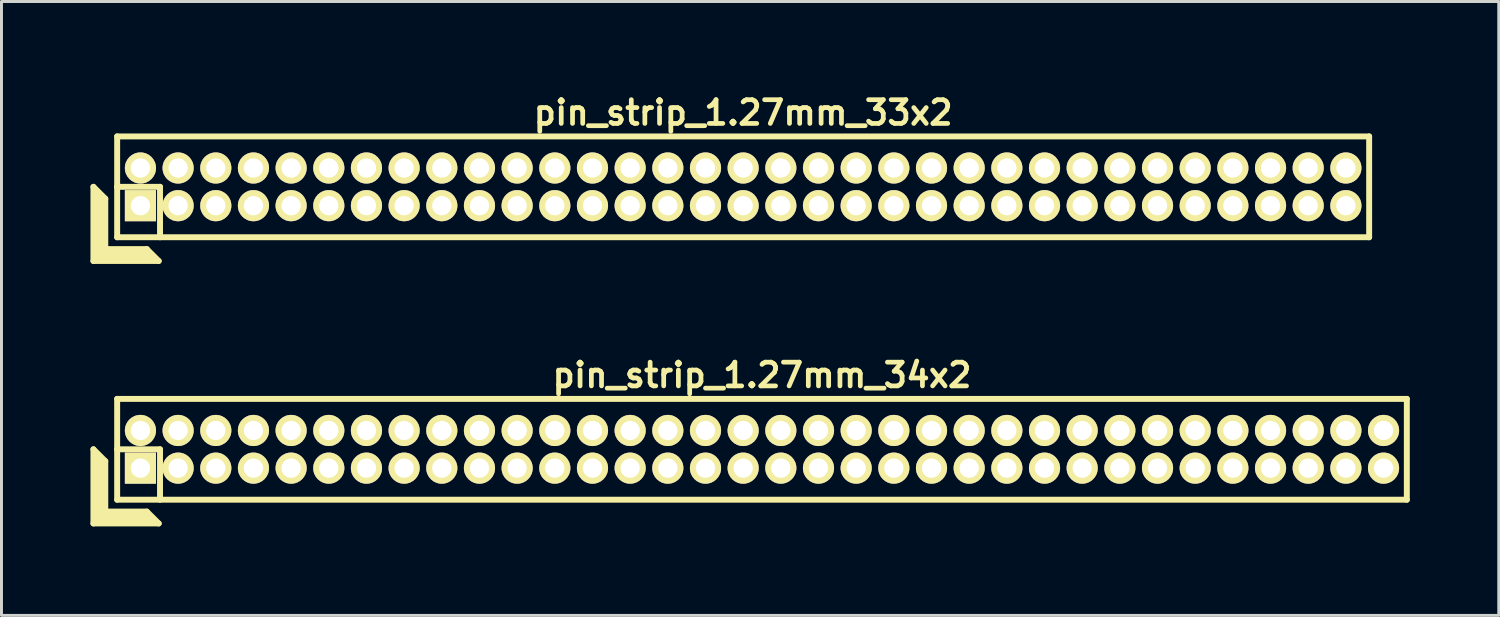
<source format=kicad_pcb>
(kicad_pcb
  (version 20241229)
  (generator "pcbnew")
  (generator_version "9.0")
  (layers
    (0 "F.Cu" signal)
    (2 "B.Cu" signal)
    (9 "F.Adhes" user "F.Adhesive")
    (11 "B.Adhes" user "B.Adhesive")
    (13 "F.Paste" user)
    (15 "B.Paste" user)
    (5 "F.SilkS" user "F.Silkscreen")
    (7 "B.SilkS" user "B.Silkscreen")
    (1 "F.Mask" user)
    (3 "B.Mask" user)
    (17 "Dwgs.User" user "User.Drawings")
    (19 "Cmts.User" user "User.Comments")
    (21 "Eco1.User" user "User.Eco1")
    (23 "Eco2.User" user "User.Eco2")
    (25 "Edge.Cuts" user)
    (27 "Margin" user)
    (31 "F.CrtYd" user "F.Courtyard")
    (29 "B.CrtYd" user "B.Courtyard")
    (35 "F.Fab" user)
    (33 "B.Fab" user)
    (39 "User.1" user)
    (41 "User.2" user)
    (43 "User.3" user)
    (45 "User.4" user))
  (footprint "pin_strip_1.27mm_34x2"
    (layer "F.Cu")
    (at 22.64 12.098)
    (property "Reference" "pin_strip_1.27mm_34x2" (at 0 -2.5 0) (layer "F.SilkS") (effects (font (size 0.8 0.8) (thickness 0.16))))
    (attr through_hole)
    (fp_line (start -22.54 0) (end -22.54 2.5) (stroke (width 0.2) (type solid)) (layer "F.SilkS"))
    (fp_line (start -22.54 0) (end -22.14 0.4) (stroke (width 0.2) (type solid)) (layer "F.SilkS"))
    (fp_line (start -22.54 2.5) (end -20.34 2.5) (stroke (width 0.2) (type solid)) (layer "F.SilkS"))
    (fp_line (start -22.44 2.4) (end -22.44 0.2) (stroke (width 0.2) (type solid)) (layer "F.SilkS"))
    (fp_line (start -22.44 2.4) (end -20.54 2.4) (stroke (width 0.2) (type solid)) (layer "F.SilkS"))
    (fp_line (start -22.34 2.3) (end -22.34 0.3) (stroke (width 0.2) (type solid)) (layer "F.SilkS"))
    (fp_line (start -22.34 2.3) (end -20.64 2.3) (stroke (width 0.2) (type solid)) (layer "F.SilkS"))
    (fp_line (start -22.24 2.2) (end -22.24 0.4) (stroke (width 0.2) (type solid)) (layer "F.SilkS"))
    (fp_line (start -22.24 2.2) (end -20.74 2.2) (stroke (width 0.2) (type solid)) (layer "F.SilkS"))
    (fp_line (start -22.14 2.1) (end -22.14 0.4) (stroke (width 0.2) (type solid)) (layer "F.SilkS"))
    (fp_line (start -22.14 2.1) (end -20.74 2.1) (stroke (width 0.2) (type solid)) (layer "F.SilkS"))
    (fp_line (start -21.745 0) (end -20.295 0) (stroke (width 0.2) (type solid)) (layer "F.SilkS"))
    (fp_line (start -21.74 -1.7) (end 21.74 -1.7) (stroke (width 0.2) (type solid)) (layer "F.SilkS"))
    (fp_line (start -21.74 1.7) (end -21.74 -1.7) (stroke (width 0.2) (type solid)) (layer "F.SilkS"))
    (fp_line (start -20.74 2.1) (end -20.34 2.5) (stroke (width 0.2) (type solid)) (layer "F.SilkS"))
    (fp_line (start -20.295 0) (end -20.295 1.7) (stroke (width 0.2) (type solid)) (layer "F.SilkS"))
    (fp_line (start 21.74 -1.7) (end 21.74 1.7) (stroke (width 0.2) (type solid)) (layer "F.SilkS"))
    (fp_line (start 21.74 1.7) (end -21.74 1.7) (stroke (width 0.2) (type solid)) (layer "F.SilkS"))
    (pad "1" thru_hole rect (at -20.955 0.635) (size 1.05 1.05) (drill 0.65) (layers "*.Cu" "*.Mask" "F.SilkS"))
    (pad "2" thru_hole oval (at -20.955 -0.635) (size 1.05 1.05) (drill 0.65) (layers "*.Cu" "*.Mask" "F.SilkS"))
    (pad "3" thru_hole oval (at -19.685 0.635) (size 1.05 1.05) (drill 0.65) (layers "*.Cu" "*.Mask" "F.SilkS"))
    (pad "4" thru_hole oval (at -19.685 -0.635) (size 1.05 1.05) (drill 0.65) (layers "*.Cu" "*.Mask" "F.SilkS"))
    (pad "5" thru_hole oval (at -18.415 0.635) (size 1.05 1.05) (drill 0.65) (layers "*.Cu" "*.Mask" "F.SilkS"))
    (pad "6" thru_hole oval (at -18.415 -0.635) (size 1.05 1.05) (drill 0.65) (layers "*.Cu" "*.Mask" "F.SilkS"))
    (pad "7" thru_hole oval (at -17.145 0.635) (size 1.05 1.05) (drill 0.65) (layers "*.Cu" "*.Mask" "F.SilkS"))
    (pad "8" thru_hole oval (at -17.145 -0.635) (size 1.05 1.05) (drill 0.65) (layers "*.Cu" "*.Mask" "F.SilkS"))
    (pad "9" thru_hole oval (at -15.875 0.635) (size 1.05 1.05) (drill 0.65) (layers "*.Cu" "*.Mask" "F.SilkS"))
    (pad "10" thru_hole oval (at -15.875 -0.635) (size 1.05 1.05) (drill 0.65) (layers "*.Cu" "*.Mask" "F.SilkS"))
    (pad "11" thru_hole oval (at -14.605 0.635) (size 1.05 1.05) (drill 0.65) (layers "*.Cu" "*.Mask" "F.SilkS"))
    (pad "12" thru_hole oval (at -14.605 -0.635) (size 1.05 1.05) (drill 0.65) (layers "*.Cu" "*.Mask" "F.SilkS"))
    (pad "13" thru_hole oval (at -13.335 0.635) (size 1.05 1.05) (drill 0.65) (layers "*.Cu" "*.Mask" "F.SilkS"))
    (pad "14" thru_hole oval (at -13.335 -0.635) (size 1.05 1.05) (drill 0.65) (layers "*.Cu" "*.Mask" "F.SilkS"))
    (pad "15" thru_hole oval (at -12.065 0.635) (size 1.05 1.05) (drill 0.65) (layers "*.Cu" "*.Mask" "F.SilkS"))
    (pad "16" thru_hole oval (at -12.065 -0.635) (size 1.05 1.05) (drill 0.65) (layers "*.Cu" "*.Mask" "F.SilkS"))
    (pad "17" thru_hole oval (at -10.795 0.635) (size 1.05 1.05) (drill 0.65) (layers "*.Cu" "*.Mask" "F.SilkS"))
    (pad "18" thru_hole oval (at -10.795 -0.635) (size 1.05 1.05) (drill 0.65) (layers "*.Cu" "*.Mask" "F.SilkS"))
    (pad "19" thru_hole oval (at -9.525 0.635) (size 1.05 1.05) (drill 0.65) (layers "*.Cu" "*.Mask" "F.SilkS"))
    (pad "20" thru_hole oval (at -9.525 -0.635) (size 1.05 1.05) (drill 0.65) (layers "*.Cu" "*.Mask" "F.SilkS"))
    (pad "21" thru_hole oval (at -8.255 0.635) (size 1.05 1.05) (drill 0.65) (layers "*.Cu" "*.Mask" "F.SilkS"))
    (pad "22" thru_hole oval (at -8.255 -0.635) (size 1.05 1.05) (drill 0.65) (layers "*.Cu" "*.Mask" "F.SilkS"))
    (pad "23" thru_hole oval (at -6.985 0.635) (size 1.05 1.05) (drill 0.65) (layers "*.Cu" "*.Mask" "F.SilkS"))
    (pad "24" thru_hole oval (at -6.985 -0.635) (size 1.05 1.05) (drill 0.65) (layers "*.Cu" "*.Mask" "F.SilkS"))
    (pad "25" thru_hole oval (at -5.715 0.635) (size 1.05 1.05) (drill 0.65) (layers "*.Cu" "*.Mask" "F.SilkS"))
    (pad "26" thru_hole oval (at -5.715 -0.635) (size 1.05 1.05) (drill 0.65) (layers "*.Cu" "*.Mask" "F.SilkS"))
    (pad "27" thru_hole oval (at -4.445 0.635) (size 1.05 1.05) (drill 0.65) (layers "*.Cu" "*.Mask" "F.SilkS"))
    (pad "28" thru_hole oval (at -4.445 -0.635) (size 1.05 1.05) (drill 0.65) (layers "*.Cu" "*.Mask" "F.SilkS"))
    (pad "29" thru_hole oval (at -3.175 0.635) (size 1.05 1.05) (drill 0.65) (layers "*.Cu" "*.Mask" "F.SilkS"))
    (pad "30" thru_hole oval (at -3.175 -0.635) (size 1.05 1.05) (drill 0.65) (layers "*.Cu" "*.Mask" "F.SilkS"))
    (pad "31" thru_hole oval (at -1.905 0.635) (size 1.05 1.05) (drill 0.65) (layers "*.Cu" "*.Mask" "F.SilkS"))
    (pad "32" thru_hole oval (at -1.905 -0.635) (size 1.05 1.05) (drill 0.65) (layers "*.Cu" "*.Mask" "F.SilkS"))
    (pad "33" thru_hole oval (at -0.635 0.635) (size 1.05 1.05) (drill 0.65) (layers "*.Cu" "*.Mask" "F.SilkS"))
    (pad "34" thru_hole oval (at -0.635 -0.635) (size 1.05 1.05) (drill 0.65) (layers "*.Cu" "*.Mask" "F.SilkS"))
    (pad "35" thru_hole oval (at 0.635 0.635) (size 1.05 1.05) (drill 0.65) (layers "*.Cu" "*.Mask" "F.SilkS"))
    (pad "36" thru_hole oval (at 0.635 -0.635) (size 1.05 1.05) (drill 0.65) (layers "*.Cu" "*.Mask" "F.SilkS"))
    (pad "37" thru_hole oval (at 1.905 0.635) (size 1.05 1.05) (drill 0.65) (layers "*.Cu" "*.Mask" "F.SilkS"))
    (pad "38" thru_hole oval (at 1.905 -0.635) (size 1.05 1.05) (drill 0.65) (layers "*.Cu" "*.Mask" "F.SilkS"))
    (pad "39" thru_hole oval (at 3.175 0.635) (size 1.05 1.05) (drill 0.65) (layers "*.Cu" "*.Mask" "F.SilkS"))
    (pad "40" thru_hole oval (at 3.175 -0.635) (size 1.05 1.05) (drill 0.65) (layers "*.Cu" "*.Mask" "F.SilkS"))
    (pad "41" thru_hole oval (at 4.445 0.635) (size 1.05 1.05) (drill 0.65) (layers "*.Cu" "*.Mask" "F.SilkS"))
    (pad "42" thru_hole oval (at 4.445 -0.635) (size 1.05 1.05) (drill 0.65) (layers "*.Cu" "*.Mask" "F.SilkS"))
    (pad "43" thru_hole oval (at 5.715 0.635) (size 1.05 1.05) (drill 0.65) (layers "*.Cu" "*.Mask" "F.SilkS"))
    (pad "44" thru_hole oval (at 5.715 -0.635) (size 1.05 1.05) (drill 0.65) (layers "*.Cu" "*.Mask" "F.SilkS"))
    (pad "45" thru_hole oval (at 6.985 0.635) (size 1.05 1.05) (drill 0.65) (layers "*.Cu" "*.Mask" "F.SilkS"))
    (pad "46" thru_hole oval (at 6.985 -0.635) (size 1.05 1.05) (drill 0.65) (layers "*.Cu" "*.Mask" "F.SilkS"))
    (pad "47" thru_hole oval (at 8.255 0.635) (size 1.05 1.05) (drill 0.65) (layers "*.Cu" "*.Mask" "F.SilkS"))
    (pad "48" thru_hole oval (at 8.255 -0.635) (size 1.05 1.05) (drill 0.65) (layers "*.Cu" "*.Mask" "F.SilkS"))
    (pad "49" thru_hole oval (at 9.525 0.635) (size 1.05 1.05) (drill 0.65) (layers "*.Cu" "*.Mask" "F.SilkS"))
    (pad "50" thru_hole oval (at 9.525 -0.635) (size 1.05 1.05) (drill 0.65) (layers "*.Cu" "*.Mask" "F.SilkS"))
    (pad "51" thru_hole circle (at 10.795 0.635) (size 1.05 1.05) (drill 0.65) (layers "*.Cu" "*.Mask" "F.SilkS"))
    (pad "52" thru_hole oval (at 10.795 -0.635) (size 1.05 1.05) (drill 0.65) (layers "*.Cu" "*.Mask" "F.SilkS"))
    (pad "53" thru_hole oval (at 12.065 0.635) (size 1.05 1.05) (drill 0.65) (layers "*.Cu" "*.Mask" "F.SilkS"))
    (pad "54" thru_hole oval (at 12.065 -0.635) (size 1.05 1.05) (drill 0.65) (layers "*.Cu" "*.Mask" "F.SilkS"))
    (pad "55" thru_hole oval (at 13.335 0.635) (size 1.05 1.05) (drill 0.65) (layers "*.Cu" "*.Mask" "F.SilkS"))
    (pad "56" thru_hole oval (at 13.335 -0.635) (size 1.05 1.05) (drill 0.65) (layers "*.Cu" "*.Mask" "F.SilkS"))
    (pad "57" thru_hole oval (at 14.605 0.635) (size 1.05 1.05) (drill 0.65) (layers "*.Cu" "*.Mask" "F.SilkS"))
    (pad "58" thru_hole oval (at 14.605 -0.635) (size 1.05 1.05) (drill 0.65) (layers "*.Cu" "*.Mask" "F.SilkS"))
    (pad "59" thru_hole oval (at 15.875 0.635) (size 1.05 1.05) (drill 0.65) (layers "*.Cu" "*.Mask" "F.SilkS"))
    (pad "60" thru_hole oval (at 15.875 -0.635) (size 1.05 1.05) (drill 0.65) (layers "*.Cu" "*.Mask" "F.SilkS"))
    (pad "61" thru_hole oval (at 17.145 0.635) (size 1.05 1.05) (drill 0.65) (layers "*.Cu" "*.Mask" "F.SilkS"))
    (pad "62" thru_hole oval (at 17.145 -0.635) (size 1.05 1.05) (drill 0.65) (layers "*.Cu" "*.Mask" "F.SilkS"))
    (pad "63" thru_hole oval (at 18.415 0.635) (size 1.05 1.05) (drill 0.65) (layers "*.Cu" "*.Mask" "F.SilkS"))
    (pad "64" thru_hole oval (at 18.415 -0.635) (size 1.05 1.05) (drill 0.65) (layers "*.Cu" "*.Mask" "F.SilkS"))
    (pad "65" thru_hole oval (at 19.685 0.635) (size 1.05 1.05) (drill 0.65) (layers "*.Cu" "*.Mask" "F.SilkS"))
    (pad "66" thru_hole oval (at 19.685 -0.635) (size 1.05 1.05) (drill 0.65) (layers "*.Cu" "*.Mask" "F.SilkS"))
    (pad "67" thru_hole oval (at 20.955 0.635) (size 1.05 1.05) (drill 0.65) (layers "*.Cu" "*.Mask" "F.SilkS"))
    (pad "68" thru_hole oval (at 20.955 -0.635) (size 1.05 1.05) (drill 0.65) (layers "*.Cu" "*.Mask" "F.SilkS")))
  (footprint "pin_strip_1.27mm_33x2"
    (layer "F.Cu")
    (at 22.005 3.249)
    (property "Reference" "pin_strip_1.27mm_33x2" (at 0 -2.5 0) (layer "F.SilkS") (effects (font (size 0.8 0.8) (thickness 0.16))))
    (attr through_hole)
    (fp_line (start -21.905 0) (end -21.905 2.5) (stroke (width 0.2) (type solid)) (layer "F.SilkS"))
    (fp_line (start -21.905 0) (end -21.505 0.4) (stroke (width 0.2) (type solid)) (layer "F.SilkS"))
    (fp_line (start -21.905 2.5) (end -19.705 2.5) (stroke (width 0.2) (type solid)) (layer "F.SilkS"))
    (fp_line (start -21.805 2.4) (end -21.805 0.2) (stroke (width 0.2) (type solid)) (layer "F.SilkS"))
    (fp_line (start -21.805 2.4) (end -19.905 2.4) (stroke (width 0.2) (type solid)) (layer "F.SilkS"))
    (fp_line (start -21.705 2.3) (end -21.705 0.3) (stroke (width 0.2) (type solid)) (layer "F.SilkS"))
    (fp_line (start -21.705 2.3) (end -20.005 2.3) (stroke (width 0.2) (type solid)) (layer "F.SilkS"))
    (fp_line (start -21.605 2.2) (end -21.605 0.4) (stroke (width 0.2) (type solid)) (layer "F.SilkS"))
    (fp_line (start -21.605 2.2) (end -20.105 2.2) (stroke (width 0.2) (type solid)) (layer "F.SilkS"))
    (fp_line (start -21.505 2.1) (end -21.505 0.4) (stroke (width 0.2) (type solid)) (layer "F.SilkS"))
    (fp_line (start -21.505 2.1) (end -20.105 2.1) (stroke (width 0.2) (type solid)) (layer "F.SilkS"))
    (fp_line (start -21.11 0) (end -19.66 0) (stroke (width 0.2) (type solid)) (layer "F.SilkS"))
    (fp_line (start -21.105 -1.7) (end 21.105 -1.7) (stroke (width 0.2) (type solid)) (layer "F.SilkS"))
    (fp_line (start -21.105 1.7) (end -21.105 -1.7) (stroke (width 0.2) (type solid)) (layer "F.SilkS"))
    (fp_line (start -20.105 2.1) (end -19.705 2.5) (stroke (width 0.2) (type solid)) (layer "F.SilkS"))
    (fp_line (start -19.66 0) (end -19.66 1.7) (stroke (width 0.2) (type solid)) (layer "F.SilkS"))
    (fp_line (start 21.105 -1.7) (end 21.105 1.7) (stroke (width 0.2) (type solid)) (layer "F.SilkS"))
    (fp_line (start 21.105 1.7) (end -21.105 1.7) (stroke (width 0.2) (type solid)) (layer "F.SilkS"))
    (pad "1" thru_hole rect (at -20.32 0.635) (size 1.05 1.05) (drill 0.65) (layers "*.Cu" "*.Mask" "F.SilkS"))
    (pad "2" thru_hole oval (at -20.32 -0.635) (size 1.05 1.05) (drill 0.65) (layers "*.Cu" "*.Mask" "F.SilkS"))
    (pad "3" thru_hole oval (at -19.05 0.635) (size 1.05 1.05) (drill 0.65) (layers "*.Cu" "*.Mask" "F.SilkS"))
    (pad "4" thru_hole oval (at -19.05 -0.635) (size 1.05 1.05) (drill 0.65) (layers "*.Cu" "*.Mask" "F.SilkS"))
    (pad "5" thru_hole oval (at -17.78 0.635) (size 1.05 1.05) (drill 0.65) (layers "*.Cu" "*.Mask" "F.SilkS"))
    (pad "6" thru_hole oval (at -17.78 -0.635) (size 1.05 1.05) (drill 0.65) (layers "*.Cu" "*.Mask" "F.SilkS"))
    (pad "7" thru_hole oval (at -16.51 0.635) (size 1.05 1.05) (drill 0.65) (layers "*.Cu" "*.Mask" "F.SilkS"))
    (pad "8" thru_hole oval (at -16.51 -0.635) (size 1.05 1.05) (drill 0.65) (layers "*.Cu" "*.Mask" "F.SilkS"))
    (pad "9" thru_hole oval (at -15.24 0.635) (size 1.05 1.05) (drill 0.65) (layers "*.Cu" "*.Mask" "F.SilkS"))
    (pad "10" thru_hole oval (at -15.24 -0.635) (size 1.05 1.05) (drill 0.65) (layers "*.Cu" "*.Mask" "F.SilkS"))
    (pad "11" thru_hole oval (at -13.97 0.635) (size 1.05 1.05) (drill 0.65) (layers "*.Cu" "*.Mask" "F.SilkS"))
    (pad "12" thru_hole oval (at -13.97 -0.635) (size 1.05 1.05) (drill 0.65) (layers "*.Cu" "*.Mask" "F.SilkS"))
    (pad "13" thru_hole oval (at -12.7 0.635) (size 1.05 1.05) (drill 0.65) (layers "*.Cu" "*.Mask" "F.SilkS"))
    (pad "14" thru_hole oval (at -12.7 -0.635) (size 1.05 1.05) (drill 0.65) (layers "*.Cu" "*.Mask" "F.SilkS"))
    (pad "15" thru_hole oval (at -11.43 0.635) (size 1.05 1.05) (drill 0.65) (layers "*.Cu" "*.Mask" "F.SilkS"))
    (pad "16" thru_hole oval (at -11.43 -0.635) (size 1.05 1.05) (drill 0.65) (layers "*.Cu" "*.Mask" "F.SilkS"))
    (pad "17" thru_hole oval (at -10.16 0.635) (size 1.05 1.05) (drill 0.65) (layers "*.Cu" "*.Mask" "F.SilkS"))
    (pad "18" thru_hole oval (at -10.16 -0.635) (size 1.05 1.05) (drill 0.65) (layers "*.Cu" "*.Mask" "F.SilkS"))
    (pad "19" thru_hole oval (at -8.89 0.635) (size 1.05 1.05) (drill 0.65) (layers "*.Cu" "*.Mask" "F.SilkS"))
    (pad "20" thru_hole oval (at -8.89 -0.635) (size 1.05 1.05) (drill 0.65) (layers "*.Cu" "*.Mask" "F.SilkS"))
    (pad "21" thru_hole oval (at -7.62 0.635) (size 1.05 1.05) (drill 0.65) (layers "*.Cu" "*.Mask" "F.SilkS"))
    (pad "22" thru_hole oval (at -7.62 -0.635) (size 1.05 1.05) (drill 0.65) (layers "*.Cu" "*.Mask" "F.SilkS"))
    (pad "23" thru_hole oval (at -6.35 0.635) (size 1.05 1.05) (drill 0.65) (layers "*.Cu" "*.Mask" "F.SilkS"))
    (pad "24" thru_hole oval (at -6.35 -0.635) (size 1.05 1.05) (drill 0.65) (layers "*.Cu" "*.Mask" "F.SilkS"))
    (pad "25" thru_hole oval (at -5.08 0.635) (size 1.05 1.05) (drill 0.65) (layers "*.Cu" "*.Mask" "F.SilkS"))
    (pad "26" thru_hole oval (at -5.08 -0.635) (size 1.05 1.05) (drill 0.65) (layers "*.Cu" "*.Mask" "F.SilkS"))
    (pad "27" thru_hole oval (at -3.81 0.635) (size 1.05 1.05) (drill 0.65) (layers "*.Cu" "*.Mask" "F.SilkS"))
    (pad "28" thru_hole oval (at -3.81 -0.635) (size 1.05 1.05) (drill 0.65) (layers "*.Cu" "*.Mask" "F.SilkS"))
    (pad "29" thru_hole oval (at -2.54 0.635) (size 1.05 1.05) (drill 0.65) (layers "*.Cu" "*.Mask" "F.SilkS"))
    (pad "30" thru_hole oval (at -2.54 -0.635) (size 1.05 1.05) (drill 0.65) (layers "*.Cu" "*.Mask" "F.SilkS"))
    (pad "31" thru_hole oval (at -1.27 0.635) (size 1.05 1.05) (drill 0.65) (layers "*.Cu" "*.Mask" "F.SilkS"))
    (pad "32" thru_hole oval (at -1.27 -0.635) (size 1.05 1.05) (drill 0.65) (layers "*.Cu" "*.Mask" "F.SilkS"))
    (pad "33" thru_hole oval (at 0 0.635) (size 1.05 1.05) (drill 0.65) (layers "*.Cu" "*.Mask" "F.SilkS"))
    (pad "34" thru_hole oval (at 0 -0.635) (size 1.05 1.05) (drill 0.65) (layers "*.Cu" "*.Mask" "F.SilkS"))
    (pad "35" thru_hole oval (at 1.27 0.635) (size 1.05 1.05) (drill 0.65) (layers "*.Cu" "*.Mask" "F.SilkS"))
    (pad "36" thru_hole oval (at 1.27 -0.635) (size 1.05 1.05) (drill 0.65) (layers "*.Cu" "*.Mask" "F.SilkS"))
    (pad "37" thru_hole oval (at 2.54 0.635) (size 1.05 1.05) (drill 0.65) (layers "*.Cu" "*.Mask" "F.SilkS"))
    (pad "38" thru_hole oval (at 2.54 -0.635) (size 1.05 1.05) (drill 0.65) (layers "*.Cu" "*.Mask" "F.SilkS"))
    (pad "39" thru_hole oval (at 3.81 0.635) (size 1.05 1.05) (drill 0.65) (layers "*.Cu" "*.Mask" "F.SilkS"))
    (pad "40" thru_hole oval (at 3.81 -0.635) (size 1.05 1.05) (drill 0.65) (layers "*.Cu" "*.Mask" "F.SilkS"))
    (pad "41" thru_hole oval (at 5.08 0.635) (size 1.05 1.05) (drill 0.65) (layers "*.Cu" "*.Mask" "F.SilkS"))
    (pad "42" thru_hole oval (at 5.08 -0.635) (size 1.05 1.05) (drill 0.65) (layers "*.Cu" "*.Mask" "F.SilkS"))
    (pad "43" thru_hole oval (at 6.35 0.635) (size 1.05 1.05) (drill 0.65) (layers "*.Cu" "*.Mask" "F.SilkS"))
    (pad "44" thru_hole oval (at 6.35 -0.635) (size 1.05 1.05) (drill 0.65) (layers "*.Cu" "*.Mask" "F.SilkS"))
    (pad "45" thru_hole oval (at 7.62 0.635) (size 1.05 1.05) (drill 0.65) (layers "*.Cu" "*.Mask" "F.SilkS"))
    (pad "46" thru_hole oval (at 7.62 -0.635) (size 1.05 1.05) (drill 0.65) (layers "*.Cu" "*.Mask" "F.SilkS"))
    (pad "47" thru_hole oval (at 8.89 0.635) (size 1.05 1.05) (drill 0.65) (layers "*.Cu" "*.Mask" "F.SilkS"))
    (pad "48" thru_hole oval (at 8.89 -0.635) (size 1.05 1.05) (drill 0.65) (layers "*.Cu" "*.Mask" "F.SilkS"))
    (pad "49" thru_hole oval (at 10.16 0.635) (size 1.05 1.05) (drill 0.65) (layers "*.Cu" "*.Mask" "F.SilkS"))
    (pad "50" thru_hole oval (at 10.16 -0.635) (size 1.05 1.05) (drill 0.65) (layers "*.Cu" "*.Mask" "F.SilkS"))
    (pad "51" thru_hole circle (at 11.43 0.635) (size 1.05 1.05) (drill 0.65) (layers "*.Cu" "*.Mask" "F.SilkS"))
    (pad "52" thru_hole oval (at 11.43 -0.635) (size 1.05 1.05) (drill 0.65) (layers "*.Cu" "*.Mask" "F.SilkS"))
    (pad "53" thru_hole oval (at 12.7 0.635) (size 1.05 1.05) (drill 0.65) (layers "*.Cu" "*.Mask" "F.SilkS"))
    (pad "54" thru_hole oval (at 12.7 -0.635) (size 1.05 1.05) (drill 0.65) (layers "*.Cu" "*.Mask" "F.SilkS"))
    (pad "55" thru_hole oval (at 13.97 0.635) (size 1.05 1.05) (drill 0.65) (layers "*.Cu" "*.Mask" "F.SilkS"))
    (pad "56" thru_hole oval (at 13.97 -0.635) (size 1.05 1.05) (drill 0.65) (layers "*.Cu" "*.Mask" "F.SilkS"))
    (pad "57" thru_hole oval (at 15.24 0.635) (size 1.05 1.05) (drill 0.65) (layers "*.Cu" "*.Mask" "F.SilkS"))
    (pad "58" thru_hole oval (at 15.24 -0.635) (size 1.05 1.05) (drill 0.65) (layers "*.Cu" "*.Mask" "F.SilkS"))
    (pad "59" thru_hole oval (at 16.51 0.635) (size 1.05 1.05) (drill 0.65) (layers "*.Cu" "*.Mask" "F.SilkS"))
    (pad "60" thru_hole oval (at 16.51 -0.635) (size 1.05 1.05) (drill 0.65) (layers "*.Cu" "*.Mask" "F.SilkS"))
    (pad "61" thru_hole oval (at 17.78 0.635) (size 1.05 1.05) (drill 0.65) (layers "*.Cu" "*.Mask" "F.SilkS"))
    (pad "62" thru_hole oval (at 17.78 -0.635) (size 1.05 1.05) (drill 0.65) (layers "*.Cu" "*.Mask" "F.SilkS"))
    (pad "63" thru_hole oval (at 19.05 0.635) (size 1.05 1.05) (drill 0.65) (layers "*.Cu" "*.Mask" "F.SilkS"))
    (pad "64" thru_hole oval (at 19.05 -0.635) (size 1.05 1.05) (drill 0.65) (layers "*.Cu" "*.Mask" "F.SilkS"))
    (pad "65" thru_hole oval (at 20.32 0.635) (size 1.05 1.05) (drill 0.65) (layers "*.Cu" "*.Mask" "F.SilkS"))
    (pad "66" thru_hole oval (at 20.32 -0.635) (size 1.05 1.05) (drill 0.65) (layers "*.Cu" "*.Mask" "F.SilkS")))
  (gr_rect
    (start -3 -3)
    (end 47.48 17.698)
    (stroke (width 0.1) (type default))
    (fill no)
    (layer "Edge.Cuts")))
</source>
